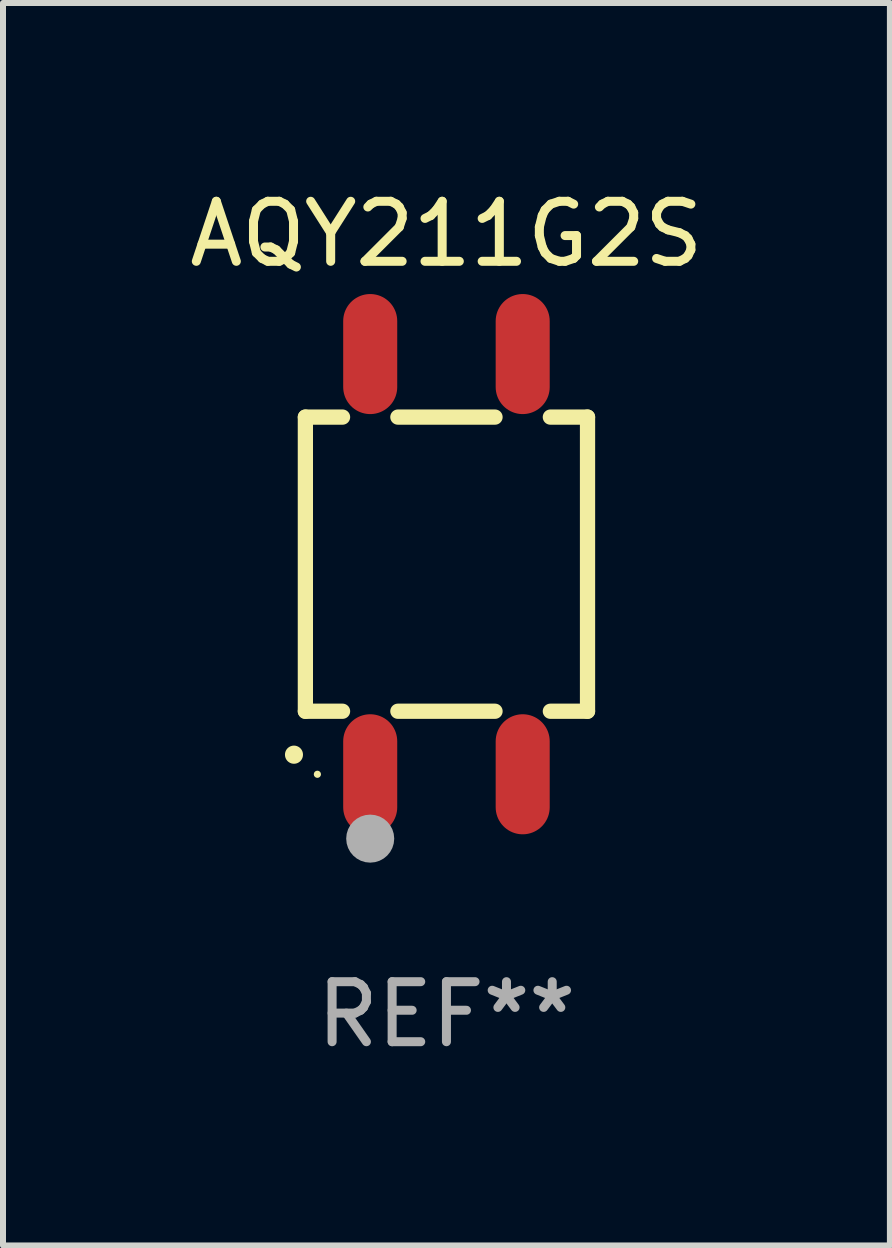
<source format=kicad_pcb>
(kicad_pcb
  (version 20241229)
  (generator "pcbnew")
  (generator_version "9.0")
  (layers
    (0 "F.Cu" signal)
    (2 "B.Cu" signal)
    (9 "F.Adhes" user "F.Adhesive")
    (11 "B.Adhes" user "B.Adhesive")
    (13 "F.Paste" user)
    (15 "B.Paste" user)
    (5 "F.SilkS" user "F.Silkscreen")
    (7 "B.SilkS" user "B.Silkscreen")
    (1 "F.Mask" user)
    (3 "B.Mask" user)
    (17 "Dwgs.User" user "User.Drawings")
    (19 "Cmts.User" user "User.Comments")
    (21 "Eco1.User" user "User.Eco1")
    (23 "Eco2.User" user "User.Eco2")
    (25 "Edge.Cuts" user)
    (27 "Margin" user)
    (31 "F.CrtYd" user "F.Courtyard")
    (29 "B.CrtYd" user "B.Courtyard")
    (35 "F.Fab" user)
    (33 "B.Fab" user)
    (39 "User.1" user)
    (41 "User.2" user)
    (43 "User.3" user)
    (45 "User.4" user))
  (footprint "AQY211G2S"
    (layer "F.Cu")
    (at 4.387 6.348)
    (property "Reference" "AQY211G2S" (at 0 -5.5 0) (layer "F.SilkS") (effects (font (size 1 1) (thickness 0.15))))
    (attr through_hole)
    (fp_line (start -2.35 -2.45) (end -2.35 2.45) (stroke (width 0.254) (type solid)) (layer "F.SilkS"))
    (fp_line (start -2.35 -2.45) (end -1.731 -2.45) (stroke (width 0.254) (type solid)) (layer "F.SilkS"))
    (fp_line (start -2.35 2.45) (end -1.731 2.45) (stroke (width 0.254) (type solid)) (layer "F.SilkS"))
    (fp_line (start -0.809 -2.45) (end 0.809 -2.45) (stroke (width 0.254) (type solid)) (layer "F.SilkS"))
    (fp_line (start -0.809 2.45) (end 0.809 2.45) (stroke (width 0.254) (type solid)) (layer "F.SilkS"))
    (fp_line (start 1.731 -2.45) (end 2.35 -2.45) (stroke (width 0.254) (type solid)) (layer "F.SilkS"))
    (fp_line (start 1.731 2.45) (end 2.35 2.45) (stroke (width 0.254) (type solid)) (layer "F.SilkS"))
    (fp_line (start 2.35 -2.45) (end 2.35 2.45) (stroke (width 0.254) (type solid)) (layer "F.SilkS"))
    (fp_arc (start -2.540005 3.174879) (mid -2.54001 3.173609) (end -2.540005 3.172339) (stroke (width 0.3) (type solid)) (layer "F.SilkS"))
    (fp_circle (center -2.15 3.5) (end -2.12 3.5) (stroke (width 0.06) (type solid)) (fill no) (layer "F.SilkS"))
    (fp_circle (center -1.27 4.572) (end -1.07 4.572) (stroke (width 0.4) (type solid)) (fill no) (layer "F.Fab"))
    (fp_text user "REF**" (at 0 7.5 0) (layer "F.Fab") (effects (font (size 1 1) (thickness 0.15))))
    (pad "1" smd oval (at -1.27 3.5 180) (size 0.9 2) (layers "F.Cu" "F.Mask" "F.Paste"))
    (pad "2" smd oval (at 1.27 3.5 180) (size 0.9 2) (layers "F.Cu" "F.Mask" "F.Paste"))
    (pad "3" smd oval (at 1.27 -3.5 180) (size 0.9 2) (layers "F.Cu" "F.Mask" "F.Paste"))
    (pad "4" smd oval (at -1.27 -3.5 180) (size 0.9 2) (layers "F.Cu" "F.Mask" "F.Paste")))
  (gr_rect
    (start -3 -3)
    (end 11.774 17.697)
    (stroke (width 0.1) (type default))
    (fill no)
    (layer "Edge.Cuts")))
</source>
